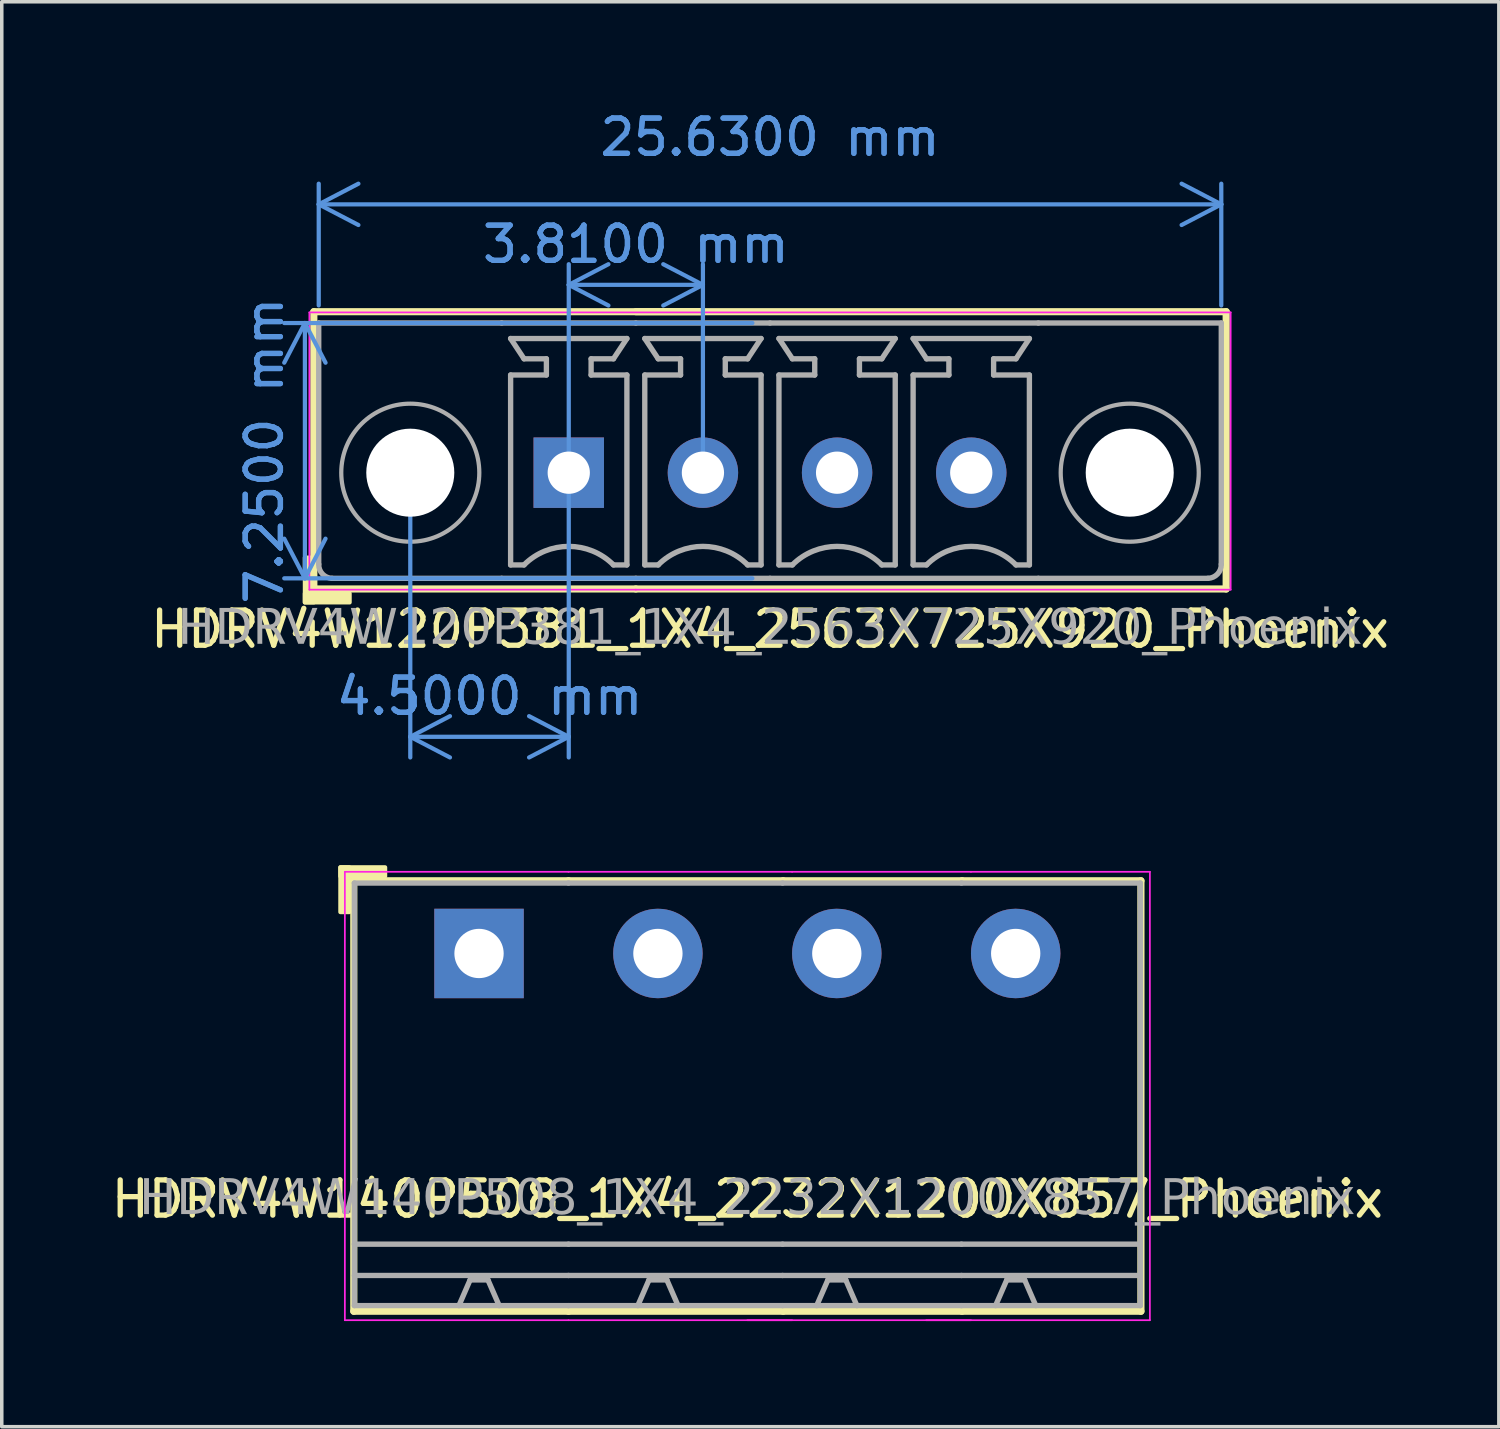
<source format=kicad_pcb>
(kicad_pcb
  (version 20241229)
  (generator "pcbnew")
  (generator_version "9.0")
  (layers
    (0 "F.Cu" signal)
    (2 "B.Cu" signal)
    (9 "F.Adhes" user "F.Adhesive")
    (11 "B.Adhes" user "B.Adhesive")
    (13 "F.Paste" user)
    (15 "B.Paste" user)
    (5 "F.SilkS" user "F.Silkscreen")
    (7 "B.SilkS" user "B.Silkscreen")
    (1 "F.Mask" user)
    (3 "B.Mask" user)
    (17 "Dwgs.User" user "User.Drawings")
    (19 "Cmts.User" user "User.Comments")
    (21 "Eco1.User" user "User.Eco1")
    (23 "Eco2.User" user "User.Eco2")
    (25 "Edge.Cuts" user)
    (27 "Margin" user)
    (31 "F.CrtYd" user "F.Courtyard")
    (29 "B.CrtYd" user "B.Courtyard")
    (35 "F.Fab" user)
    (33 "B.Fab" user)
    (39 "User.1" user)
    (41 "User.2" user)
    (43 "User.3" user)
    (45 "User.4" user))
  (footprint "HDRV4W140P508_1X4_2232X1200X857_Phoenix"
    (layer "F.Cu")
    (at 18.173 24.026)
    (property "Reference" "HDRV4W140P508_1X4_2232X1200X857_Phoenix" (at 0 6.975 0) (layer "F.SilkS") (effects (font (size 1 1) (thickness 0.15))))
    (attr through_hole)
    (fp_line (start -11.176 -2.065) (end -11.176 10.16) (stroke (width 0.203) (type solid)) (layer "F.SilkS"))
    (fp_line (start -11.176 10.16) (end -5.08 10.16) (stroke (width 0.203) (type solid)) (layer "F.SilkS"))
    (fp_line (start -5.08 -2.065) (end -11.176 -2.065) (stroke (width 0.203) (type solid)) (layer "F.SilkS"))
    (fp_line (start -5.08 -2.065) (end 1.016 -2.065) (stroke (width 0.203) (type solid)) (layer "F.SilkS"))
    (fp_line (start 1.016 -2.065) (end 6.096 -2.065) (stroke (width 0.203) (type solid)) (layer "F.SilkS"))
    (fp_line (start 1.016 10.16) (end -5.08 10.16) (stroke (width 0.203) (type solid)) (layer "F.SilkS"))
    (fp_line (start 6.096 -2.065) (end 11.176 -2.065) (stroke (width 0.203) (type solid)) (layer "F.SilkS"))
    (fp_line (start 6.096 10.16) (end 1.016 10.16) (stroke (width 0.203) (type solid)) (layer "F.SilkS"))
    (fp_line (start 11.176 -2.065) (end 11.176 10.16) (stroke (width 0.203) (type solid)) (layer "F.SilkS"))
    (fp_line (start 11.176 10.16) (end 6.096 10.16) (stroke (width 0.203) (type solid)) (layer "F.SilkS"))
    (fp_rect (start -11.557 -2.446) (end -11.303 -1.176) (stroke (width 0.12) (type solid)) (fill yes) (layer "F.SilkS"))
    (fp_rect (start -11.557 -2.446) (end -10.287 -2.192) (stroke (width 0.12) (type solid)) (fill yes) (layer "F.SilkS"))
    (fp_line (start -11.43 10.414) (end -11.43 -2.319) (stroke (width 0.05) (type solid)) (layer "F.CrtYd"))
    (fp_line (start -5.08 -2.319) (end -11.43 -2.319) (stroke (width 0.05) (type solid)) (layer "F.CrtYd"))
    (fp_line (start -5.08 -2.319) (end 1.27 -2.319) (stroke (width 0.05) (type solid)) (layer "F.CrtYd"))
    (fp_line (start -5.08 10.414) (end -11.43 10.414) (stroke (width 0.05) (type solid)) (layer "F.CrtYd"))
    (fp_line (start -5.08 10.414) (end 1.27 10.414) (stroke (width 0.05) (type solid)) (layer "F.CrtYd"))
    (fp_line (start 0 10.414) (end 6.35 10.414) (stroke (width 0.05) (type solid)) (layer "F.CrtYd"))
    (fp_line (start 1.27 -2.319) (end 6.35 -2.319) (stroke (width 0.05) (type solid)) (layer "F.CrtYd"))
    (fp_line (start 5.08 10.414) (end 11.43 10.414) (stroke (width 0.05) (type solid)) (layer "F.CrtYd"))
    (fp_line (start 6.35 -2.319) (end 11.43 -2.319) (stroke (width 0.05) (type solid)) (layer "F.CrtYd"))
    (fp_line (start 11.43 10.414) (end 11.43 -2.319) (stroke (width 0.05) (type solid)) (layer "F.CrtYd"))
    (fp_line (start -11.16 -2) (end -11.16 10) (stroke (width 0.152) (type solid)) (layer "F.Fab"))
    (fp_line (start -7.874 9.271) (end -8.191 10) (stroke (width 0.152) (type default)) (layer "F.Fab"))
    (fp_line (start -7.366 9.271) (end -7.874 9.271) (stroke (width 0.152) (type default)) (layer "F.Fab"))
    (fp_line (start -7.366 9.271) (end -7.048 10) (stroke (width 0.152) (type default)) (layer "F.Fab"))
    (fp_line (start -5.08 -2) (end -11.16 -2) (stroke (width 0.152) (type solid)) (layer "F.Fab"))
    (fp_line (start -5.08 -2) (end 1 -2) (stroke (width 0.152) (type solid)) (layer "F.Fab"))
    (fp_line (start -5.08 8.255) (end -11.16 8.255) (stroke (width 0.152) (type solid)) (layer "F.Fab"))
    (fp_line (start -5.08 8.255) (end 1 8.255) (stroke (width 0.152) (type solid)) (layer "F.Fab"))
    (fp_line (start -5.08 9.144) (end -11.16 9.144) (stroke (width 0.152) (type solid)) (layer "F.Fab"))
    (fp_line (start -5.08 9.144) (end 1 9.144) (stroke (width 0.152) (type solid)) (layer "F.Fab"))
    (fp_line (start -5.08 10) (end -11.16 10) (stroke (width 0.152) (type solid)) (layer "F.Fab"))
    (fp_line (start -5.08 10) (end 1 10) (stroke (width 0.152) (type solid)) (layer "F.Fab"))
    (fp_line (start -2.794 9.271) (end -3.111 10) (stroke (width 0.152) (type default)) (layer "F.Fab"))
    (fp_line (start -2.286 9.271) (end -2.794 9.271) (stroke (width 0.152) (type default)) (layer "F.Fab"))
    (fp_line (start -2.286 9.271) (end -1.968 10) (stroke (width 0.152) (type default)) (layer "F.Fab"))
    (fp_line (start 1 -2) (end 6.08 -2) (stroke (width 0.152) (type solid)) (layer "F.Fab"))
    (fp_line (start 1 8.255) (end 6.08 8.255) (stroke (width 0.152) (type solid)) (layer "F.Fab"))
    (fp_line (start 1 9.144) (end 6.08 9.144) (stroke (width 0.152) (type solid)) (layer "F.Fab"))
    (fp_line (start 1 10) (end 6.08 10) (stroke (width 0.152) (type solid)) (layer "F.Fab"))
    (fp_line (start 2.286 9.271) (end 1.968 10) (stroke (width 0.152) (type default)) (layer "F.Fab"))
    (fp_line (start 2.794 9.271) (end 2.286 9.271) (stroke (width 0.152) (type default)) (layer "F.Fab"))
    (fp_line (start 2.794 9.271) (end 3.111 10) (stroke (width 0.152) (type default)) (layer "F.Fab"))
    (fp_line (start 6.08 -2) (end 11.16 -2) (stroke (width 0.152) (type solid)) (layer "F.Fab"))
    (fp_line (start 6.08 8.255) (end 11.16 8.255) (stroke (width 0.152) (type solid)) (layer "F.Fab"))
    (fp_line (start 6.08 9.144) (end 11.16 9.144) (stroke (width 0.152) (type solid)) (layer "F.Fab"))
    (fp_line (start 6.08 10) (end 11.16 10) (stroke (width 0.152) (type solid)) (layer "F.Fab"))
    (fp_line (start 7.366 9.271) (end 7.048 10) (stroke (width 0.152) (type default)) (layer "F.Fab"))
    (fp_line (start 7.874 9.271) (end 7.366 9.271) (stroke (width 0.152) (type default)) (layer "F.Fab"))
    (fp_line (start 7.874 9.271) (end 8.191 10) (stroke (width 0.152) (type default)) (layer "F.Fab"))
    (fp_line (start 11.16 -2) (end 11.16 10) (stroke (width 0.152) (type solid)) (layer "F.Fab"))
    (fp_rect (start -7.874 -0.254) (end -7.366 0.254) (stroke (width 0.152) (type solid)) (fill no) (layer "F.Fab"))
    (fp_rect (start -2.286 -0.254) (end -2.794 0.254) (stroke (width 0.152) (type solid)) (fill no) (layer "F.Fab"))
    (fp_rect (start 2.794 -0.254) (end 2.286 0.254) (stroke (width 0.152) (type solid)) (fill no) (layer "F.Fab"))
    (fp_rect (start 7.874 -0.254) (end 7.366 0.254) (stroke (width 0.152) (type solid)) (fill no) (layer "F.Fab"))
    (fp_text user "${REFERENCE}" (at 0 6.985 0) (layer "F.Fab") (effects (font (face "Tahoma") (size 1 1) (thickness 0.15))))
    (pad "1" thru_hole rect (at -7.62 0) (size 2.54 2.54) (drill 1.4) (layers "*.Cu" "*.Mask"))
    (pad "2" thru_hole circle (at -2.54 0) (size 2.54 2.54) (drill 1.4) (layers "*.Cu" "*.Mask"))
    (pad "3" thru_hole circle (at 2.54 0) (size 2.54 2.54) (drill 1.4) (layers "*.Cu" "*.Mask"))
    (pad "4" thru_hole circle (at 7.62 0) (size 2.54 2.54) (drill 1.4) (layers "*.Cu" "*.Mask")))
  (footprint "HDRV4W120P381_1X4_2563X725X920_Phoenix"
    (layer "F.Cu")
    (at 18.816 10.373)
    (property "Reference" "HDRV4W120P381_1X4_2563X725X920_Phoenix" (at 0 4.445 0) (layer "F.SilkS") (effects (font (size 1 1) (thickness 0.15))))
    (attr through_hole)
    (fp_line (start -12.954 -4.572) (end -12.954 3.302) (stroke (width 0.203) (type solid)) (layer "F.SilkS"))
    (fp_line (start -12.954 3.302) (end -3.81 3.302) (stroke (width 0.203) (type solid)) (layer "F.SilkS"))
    (fp_line (start -3.81 -4.572) (end 12.954 -4.572) (stroke (width 0.203) (type solid)) (layer "F.SilkS"))
    (fp_line (start -1.905 -4.572) (end -12.954 -4.572) (stroke (width 0.203) (type solid)) (layer "F.SilkS"))
    (fp_line (start 12.954 -4.572) (end 12.954 3.302) (stroke (width 0.203) (type solid)) (layer "F.SilkS"))
    (fp_line (start 12.954 3.302) (end -3.81 3.302) (stroke (width 0.203) (type solid)) (layer "F.SilkS"))
    (fp_rect (start -12.954 2.413) (end -13.208 3.683) (stroke (width 0.12) (type solid)) (fill yes) (layer "F.SilkS"))
    (fp_rect (start -11.938 3.683) (end -13.208 3.429) (stroke (width 0.12) (type solid)) (fill yes) (layer "F.SilkS"))
    (fp_line (start -13.081 3.322) (end -13.081 -4.552) (stroke (width 0.05) (type solid)) (layer "F.CrtYd"))
    (fp_line (start -3.81 3.322) (end -13.081 3.322) (stroke (width 0.05) (type solid)) (layer "F.CrtYd"))
    (fp_line (start -3.81 3.322) (end 13.081 3.322) (stroke (width 0.05) (type solid)) (layer "F.CrtYd"))
    (fp_line (start -1.905 -4.552) (end -13.081 -4.552) (stroke (width 0.05) (type solid)) (layer "F.CrtYd"))
    (fp_line (start -1.905 -4.552) (end 13.081 -4.552) (stroke (width 0.05) (type solid)) (layer "F.CrtYd"))
    (fp_line (start 13.081 3.322) (end 13.081 -4.552) (stroke (width 0.05) (type solid)) (layer "F.CrtYd"))
    (fp_line (start -12.815 -4.25) (end -12.815 2.6) (stroke (width 0.152) (type solid)) (layer "F.Fab"))
    (fp_line (start -12.815 -4.25) (end -7.62 -4.25) (stroke (width 0.152) (type solid)) (layer "F.Fab"))
    (fp_line (start -7.62 3) (end -12.434 3) (stroke (width 0.152) (type solid)) (layer "F.Fab"))
    (fp_line (start -7.366 -3.81) (end -4.064 -3.81) (stroke (width 0.152) (type default)) (layer "F.Fab"))
    (fp_line (start -7.366 -2.774) (end -6.35 -2.774) (stroke (width 0.152) (type default)) (layer "F.Fab"))
    (fp_line (start -7.366 2.619) (end -7.366 -2.774) (stroke (width 0.152) (type default)) (layer "F.Fab"))
    (fp_line (start -6.985 -3.234) (end -7.366 -3.81) (stroke (width 0.152) (type default)) (layer "F.Fab"))
    (fp_line (start -6.985 2.619) (end -7.366 2.619) (stroke (width 0.152) (type default)) (layer "F.Fab"))
    (fp_line (start -6.35 -3.234) (end -6.985 -3.234) (stroke (width 0.152) (type default)) (layer "F.Fab"))
    (fp_line (start -6.35 -2.774) (end -6.35 -3.234) (stroke (width 0.152) (type default)) (layer "F.Fab"))
    (fp_line (start -5.08 -3.234) (end -4.445 -3.234) (stroke (width 0.152) (type default)) (layer "F.Fab"))
    (fp_line (start -5.08 -2.774) (end -5.08 -3.234) (stroke (width 0.152) (type default)) (layer "F.Fab"))
    (fp_line (start -4.445 -3.234) (end -4.064 -3.81) (stroke (width 0.152) (type default)) (layer "F.Fab"))
    (fp_line (start -4.445 2.619) (end -4.064 2.619) (stroke (width 0.152) (type default)) (layer "F.Fab"))
    (fp_line (start -4.064 -2.774) (end -5.08 -2.774) (stroke (width 0.152) (type default)) (layer "F.Fab"))
    (fp_line (start -4.064 2.619) (end -4.064 -2.774) (stroke (width 0.152) (type default)) (layer "F.Fab"))
    (fp_line (start -3.81 -4.25) (end -7.62 -4.25) (stroke (width 0.152) (type solid)) (layer "F.Fab"))
    (fp_line (start -3.81 -4.25) (end 0 -4.25) (stroke (width 0.152) (type solid)) (layer "F.Fab"))
    (fp_line (start -3.81 3) (end -7.62 3) (stroke (width 0.152) (type solid)) (layer "F.Fab"))
    (fp_line (start -3.81 3) (end 0 3) (stroke (width 0.152) (type solid)) (layer "F.Fab"))
    (fp_line (start -3.556 -2.774) (end -2.54 -2.774) (stroke (width 0.152) (type default)) (layer "F.Fab"))
    (fp_line (start -3.556 2.619) (end -3.556 -2.774) (stroke (width 0.152) (type default)) (layer "F.Fab"))
    (fp_line (start -3.175 -3.234) (end -3.556 -3.81) (stroke (width 0.152) (type default)) (layer "F.Fab"))
    (fp_line (start -3.175 2.619) (end -3.556 2.619) (stroke (width 0.152) (type default)) (layer "F.Fab"))
    (fp_line (start -2.54 -3.234) (end -3.175 -3.234) (stroke (width 0.152) (type default)) (layer "F.Fab"))
    (fp_line (start -2.54 -2.774) (end -2.54 -3.234) (stroke (width 0.152) (type default)) (layer "F.Fab"))
    (fp_line (start -1.27 -3.234) (end -0.635 -3.234) (stroke (width 0.152) (type default)) (layer "F.Fab"))
    (fp_line (start -1.27 -2.774) (end -1.27 -3.234) (stroke (width 0.152) (type default)) (layer "F.Fab"))
    (fp_line (start -0.635 -3.234) (end -0.254 -3.81) (stroke (width 0.152) (type default)) (layer "F.Fab"))
    (fp_line (start -0.635 2.619) (end -0.254 2.619) (stroke (width 0.152) (type default)) (layer "F.Fab"))
    (fp_line (start -0.254 -3.81) (end -3.556 -3.81) (stroke (width 0.152) (type default)) (layer "F.Fab"))
    (fp_line (start -0.254 -2.774) (end -1.27 -2.774) (stroke (width 0.152) (type default)) (layer "F.Fab"))
    (fp_line (start -0.254 2.619) (end -0.254 -2.774) (stroke (width 0.152) (type default)) (layer "F.Fab"))
    (fp_line (start 0 -4.25) (end 7.62 -4.25) (stroke (width 0.152) (type solid)) (layer "F.Fab"))
    (fp_line (start 0 3) (end 7.62 3) (stroke (width 0.152) (type solid)) (layer "F.Fab"))
    (fp_line (start 0.254 -2.774) (end 1.27 -2.774) (stroke (width 0.152) (type default)) (layer "F.Fab"))
    (fp_line (start 0.254 2.619) (end 0.254 -2.774) (stroke (width 0.152) (type default)) (layer "F.Fab"))
    (fp_line (start 0.635 -3.234) (end 0.254 -3.81) (stroke (width 0.152) (type default)) (layer "F.Fab"))
    (fp_line (start 0.635 2.619) (end 0.254 2.619) (stroke (width 0.152) (type default)) (layer "F.Fab"))
    (fp_line (start 1.27 -3.234) (end 0.635 -3.234) (stroke (width 0.152) (type default)) (layer "F.Fab"))
    (fp_line (start 1.27 -2.774) (end 1.27 -3.234) (stroke (width 0.152) (type default)) (layer "F.Fab"))
    (fp_line (start 2.54 -3.234) (end 3.175 -3.234) (stroke (width 0.152) (type default)) (layer "F.Fab"))
    (fp_line (start 2.54 -2.774) (end 2.54 -3.234) (stroke (width 0.152) (type default)) (layer "F.Fab"))
    (fp_line (start 3.175 -3.234) (end 3.556 -3.81) (stroke (width 0.152) (type default)) (layer "F.Fab"))
    (fp_line (start 3.175 2.619) (end 3.556 2.619) (stroke (width 0.152) (type default)) (layer "F.Fab"))
    (fp_line (start 3.556 -3.81) (end 0.254 -3.81) (stroke (width 0.152) (type default)) (layer "F.Fab"))
    (fp_line (start 3.556 -2.774) (end 2.54 -2.774) (stroke (width 0.152) (type default)) (layer "F.Fab"))
    (fp_line (start 3.556 2.619) (end 3.556 -2.774) (stroke (width 0.152) (type default)) (layer "F.Fab"))
    (fp_line (start 4.064 -2.774) (end 5.08 -2.774) (stroke (width 0.152) (type default)) (layer "F.Fab"))
    (fp_line (start 4.064 2.619) (end 4.064 -2.774) (stroke (width 0.152) (type default)) (layer "F.Fab"))
    (fp_line (start 4.445 -3.234) (end 4.064 -3.81) (stroke (width 0.152) (type default)) (layer "F.Fab"))
    (fp_line (start 4.445 2.619) (end 4.064 2.619) (stroke (width 0.152) (type default)) (layer "F.Fab"))
    (fp_line (start 5.08 -3.234) (end 4.445 -3.234) (stroke (width 0.152) (type default)) (layer "F.Fab"))
    (fp_line (start 5.08 -2.774) (end 5.08 -3.234) (stroke (width 0.152) (type default)) (layer "F.Fab"))
    (fp_line (start 6.35 -3.234) (end 6.985 -3.234) (stroke (width 0.152) (type default)) (layer "F.Fab"))
    (fp_line (start 6.35 -2.774) (end 6.35 -3.234) (stroke (width 0.152) (type default)) (layer "F.Fab"))
    (fp_line (start 6.985 -3.234) (end 7.366 -3.81) (stroke (width 0.152) (type default)) (layer "F.Fab"))
    (fp_line (start 6.985 2.619) (end 7.366 2.619) (stroke (width 0.152) (type default)) (layer "F.Fab"))
    (fp_line (start 7.366 -3.81) (end 4.064 -3.81) (stroke (width 0.152) (type default)) (layer "F.Fab"))
    (fp_line (start 7.366 -2.774) (end 6.35 -2.774) (stroke (width 0.152) (type default)) (layer "F.Fab"))
    (fp_line (start 7.366 2.619) (end 7.366 -2.774) (stroke (width 0.152) (type default)) (layer "F.Fab"))
    (fp_line (start 7.62 3) (end 12.434 3) (stroke (width 0.152) (type solid)) (layer "F.Fab"))
    (fp_line (start 12.815 -4.25) (end 7.62 -4.25) (stroke (width 0.152) (type solid)) (layer "F.Fab"))
    (fp_line (start 12.815 -4.25) (end 12.815 2.6) (stroke (width 0.152) (type solid)) (layer "F.Fab"))
    (fp_rect (start -5.969 -0.254) (end -5.461 0.254) (stroke (width 0.152) (type solid)) (fill no) (layer "F.Fab"))
    (fp_rect (start -1.651 -0.254) (end -2.159 0.254) (stroke (width 0.152) (type solid)) (fill no) (layer "F.Fab"))
    (fp_rect (start 2.159 -0.254) (end 1.651 0.254) (stroke (width 0.152) (type solid)) (fill no) (layer "F.Fab"))
    (fp_rect (start 5.969 -0.254) (end 5.461 0.254) (stroke (width 0.152) (type solid)) (fill no) (layer "F.Fab"))
    (fp_arc (start -12.434 3) (mid -12.707342 2.878907) (end -12.815 2.6) (stroke (width 0.1524) (type solid)) (layer "F.Fab"))
    (fp_arc (start -6.985 2.619) (mid -5.715 2.092948) (end -4.445 2.619) (stroke (width 0.1524) (type default)) (layer "F.Fab"))
    (fp_arc (start -3.175 2.619) (mid -1.905 2.092948) (end -0.635 2.619) (stroke (width 0.1524) (type default)) (layer "F.Fab"))
    (fp_arc (start 0.635 2.619) (mid 1.905 2.092948) (end 3.175 2.619) (stroke (width 0.1524) (type default)) (layer "F.Fab"))
    (fp_arc (start 4.445 2.619) (mid 5.715 2.092948) (end 6.985 2.619) (stroke (width 0.1524) (type default)) (layer "F.Fab"))
    (fp_arc (start 12.815 2.6) (mid 12.707343 2.878908) (end 12.434 3) (stroke (width 0.1524) (type solid)) (layer "F.Fab"))
    (fp_circle (center -10.215 0) (end -8.255 0) (stroke (width 0.12) (type default)) (fill no) (layer "F.Fab"))
    (fp_circle (center 10.215 0) (end 8.255 0) (stroke (width 0.12) (type default)) (fill no) (layer "F.Fab"))
    (fp_text user "${REFERENCE}" (at 0 4.445 0) (layer "F.Fab") (effects (font (face "Tahoma") (size 1 1) (thickness 0.15))))
    (dimension (type aligned) (layer "Cmts.User") (pts (xy 18.816 13.373) (xy 18.816 6.123)) (height -13.208) (format (prefix "") (suffix "") (units 3) (units_format 1) (precision 4)) (style (thickness 0.12) (arrow_length 1.27) (text_position_mode 0) (arrow_direction outward) (extension_height 0.586) (extension_offset 0.5) (keep_text_aligned yes)) (gr_text "7.2500 mm" (at 4.458 9.748 90) (layer "Cmts.User") (effects (font (size 1 1) (thickness 0.15)))))
    (dimension (type aligned) (layer "Cmts.User") (pts (xy 13.101 10.373) (xy 16.911 10.373)) (height -5.334) (format (prefix "") (suffix "") (units 3) (units_format 1) (precision 4)) (style (thickness 0.12) (arrow_length 1.27) (text_position_mode 0) (arrow_direction outward) (extension_height 0.586) (extension_offset 0.5) (keep_text_aligned yes)) (gr_text "3.8100 mm" (at 15.006 3.889 0) (layer "Cmts.User") (effects (font (size 1 1) (thickness 0.15)))))
    (dimension (type aligned) (layer "Cmts.User") (pts (xy 13.101 10.373) (xy 8.601 10.373)) (height -7.5) (format (prefix "") (suffix "") (units 3) (units_format 1) (precision 4)) (style (thickness 0.12) (arrow_length 1.27) (text_position_mode 0) (arrow_direction outward) (extension_height 0.586) (extension_offset 0.5) (keep_text_aligned yes)) (gr_text "4.5000 mm" (at 10.851 16.723 0) (layer "Cmts.User") (effects (font (size 1 1) (thickness 0.15)))))
    (dimension (type aligned) (layer "Cmts.User") (pts (xy 6.001 6.123) (xy 31.631 6.123)) (height -3.37) (format (prefix "") (suffix "") (units 3) (units_format 1) (precision 4)) (style (thickness 0.12) (arrow_length 1.27) (text_position_mode 2) (arrow_direction outward) (extension_height 0.586) (extension_offset 0.5) (keep_text_aligned yes)) (gr_text "25.6300 mm" (at 18.816 0.848 0) (layer "Cmts.User") (effects (font (size 1 1) (thickness 0.15)))))
    (pad "" np_thru_hole circle (at -10.215 0) (size 2.5 2.5) (drill 2.5) (layers "*.Cu" "*.Mask"))
    (pad "" np_thru_hole circle (at 10.215 0) (size 2.5 2.5) (drill 2.5) (layers "*.Cu" "*.Mask"))
    (pad "1" thru_hole rect (at -5.715 0) (size 2 2) (drill 1.2) (layers "*.Cu" "*.Mask"))
    (pad "2" thru_hole circle (at -1.905 0) (size 2 2) (drill 1.2) (layers "*.Cu" "*.Mask"))
    (pad "3" thru_hole circle (at 1.905 0) (size 2 2) (drill 1.2) (layers "*.Cu" "*.Mask"))
    (pad "4" thru_hole circle (at 5.715 0) (size 2 2) (drill 1.2) (layers "*.Cu" "*.Mask")))
  (gr_rect
    (start -3 -3)
    (end 39.513 37.465)
    (stroke (width 0.1) (type default))
    (fill no)
    (layer "Edge.Cuts")))
</source>
